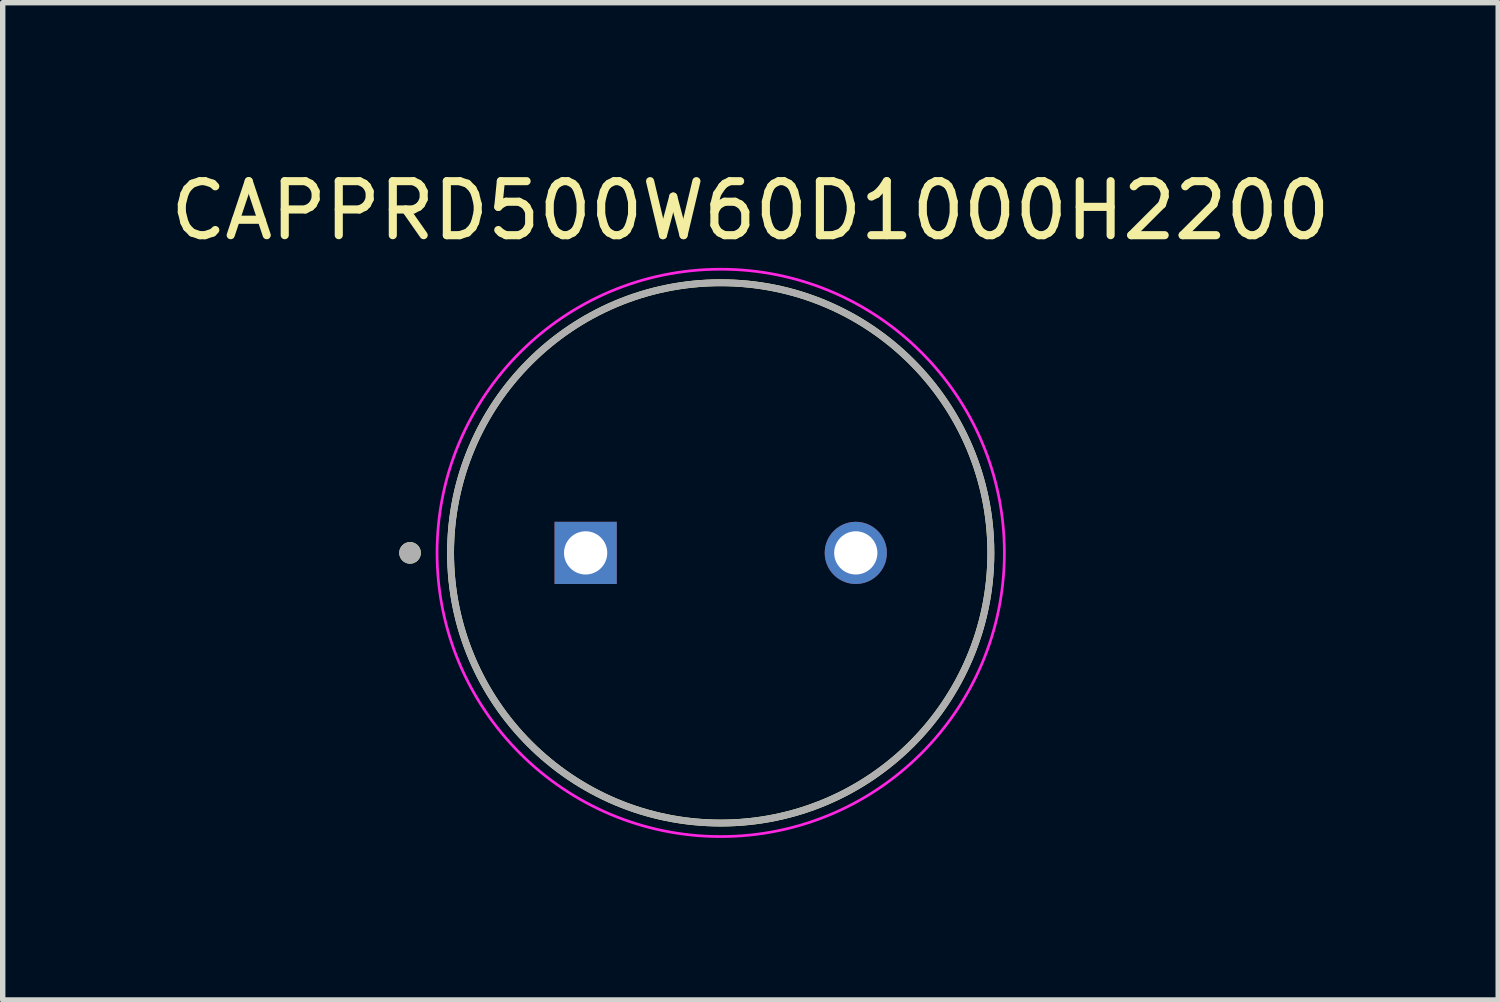
<source format=kicad_pcb>
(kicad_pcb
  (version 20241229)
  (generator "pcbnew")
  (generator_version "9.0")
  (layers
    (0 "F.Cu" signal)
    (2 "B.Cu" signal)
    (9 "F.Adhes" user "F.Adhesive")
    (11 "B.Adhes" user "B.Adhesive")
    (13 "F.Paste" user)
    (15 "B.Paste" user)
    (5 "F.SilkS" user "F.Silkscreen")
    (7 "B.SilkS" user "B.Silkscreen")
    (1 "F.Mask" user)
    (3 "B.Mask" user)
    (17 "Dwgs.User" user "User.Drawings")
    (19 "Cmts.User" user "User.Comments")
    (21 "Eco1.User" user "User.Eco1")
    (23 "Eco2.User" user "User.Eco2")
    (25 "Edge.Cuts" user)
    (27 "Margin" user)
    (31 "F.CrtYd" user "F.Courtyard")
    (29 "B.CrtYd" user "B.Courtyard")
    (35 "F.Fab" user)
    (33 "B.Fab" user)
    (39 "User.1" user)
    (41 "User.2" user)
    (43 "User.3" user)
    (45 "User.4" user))
  (footprint "CAPPRD500W60D1000H2200"
    (layer "F.Cu")
    (at 10.289 7.183)
    (property "Reference" "CAPPRD500W60D1000H2200" (at 0.55 -6.335 0) (layer "F.SilkS") (effects (font (size 1 1) (thickness 0.15))))
    (attr through_hole)
    (fp_circle (center -5.75 0) (end -5.65 0) (stroke (width 0.2) (type solid)) (fill no) (layer "F.SilkS"))
    (fp_circle (center 0 0) (end 5 0) (stroke (width 0.127) (type solid)) (fill no) (layer "F.SilkS"))
    (fp_circle (center 0 0) (end 5.25 0) (stroke (width 0.05) (type solid)) (fill no) (layer "F.CrtYd"))
    (fp_circle (center -5.75 0) (end -5.65 0) (stroke (width 0.2) (type solid)) (fill no) (layer "F.Fab"))
    (fp_circle (center 0 0) (end 5 0) (stroke (width 0.127) (type solid)) (fill no) (layer "F.Fab"))
    (pad "N" thru_hole circle (at 2.5 0) (size 1.15 1.15) (drill 0.8) (layers "*.Cu" "*.Mask"))
    (pad "P" thru_hole rect (at -2.5 0) (size 1.15 1.15) (drill 0.8) (layers "*.Cu" "*.Mask")))
  (gr_rect
    (start -3 -3)
    (end 24.679 15.458)
    (stroke (width 0.1) (type default))
    (fill no)
    (layer "Edge.Cuts")))
</source>
